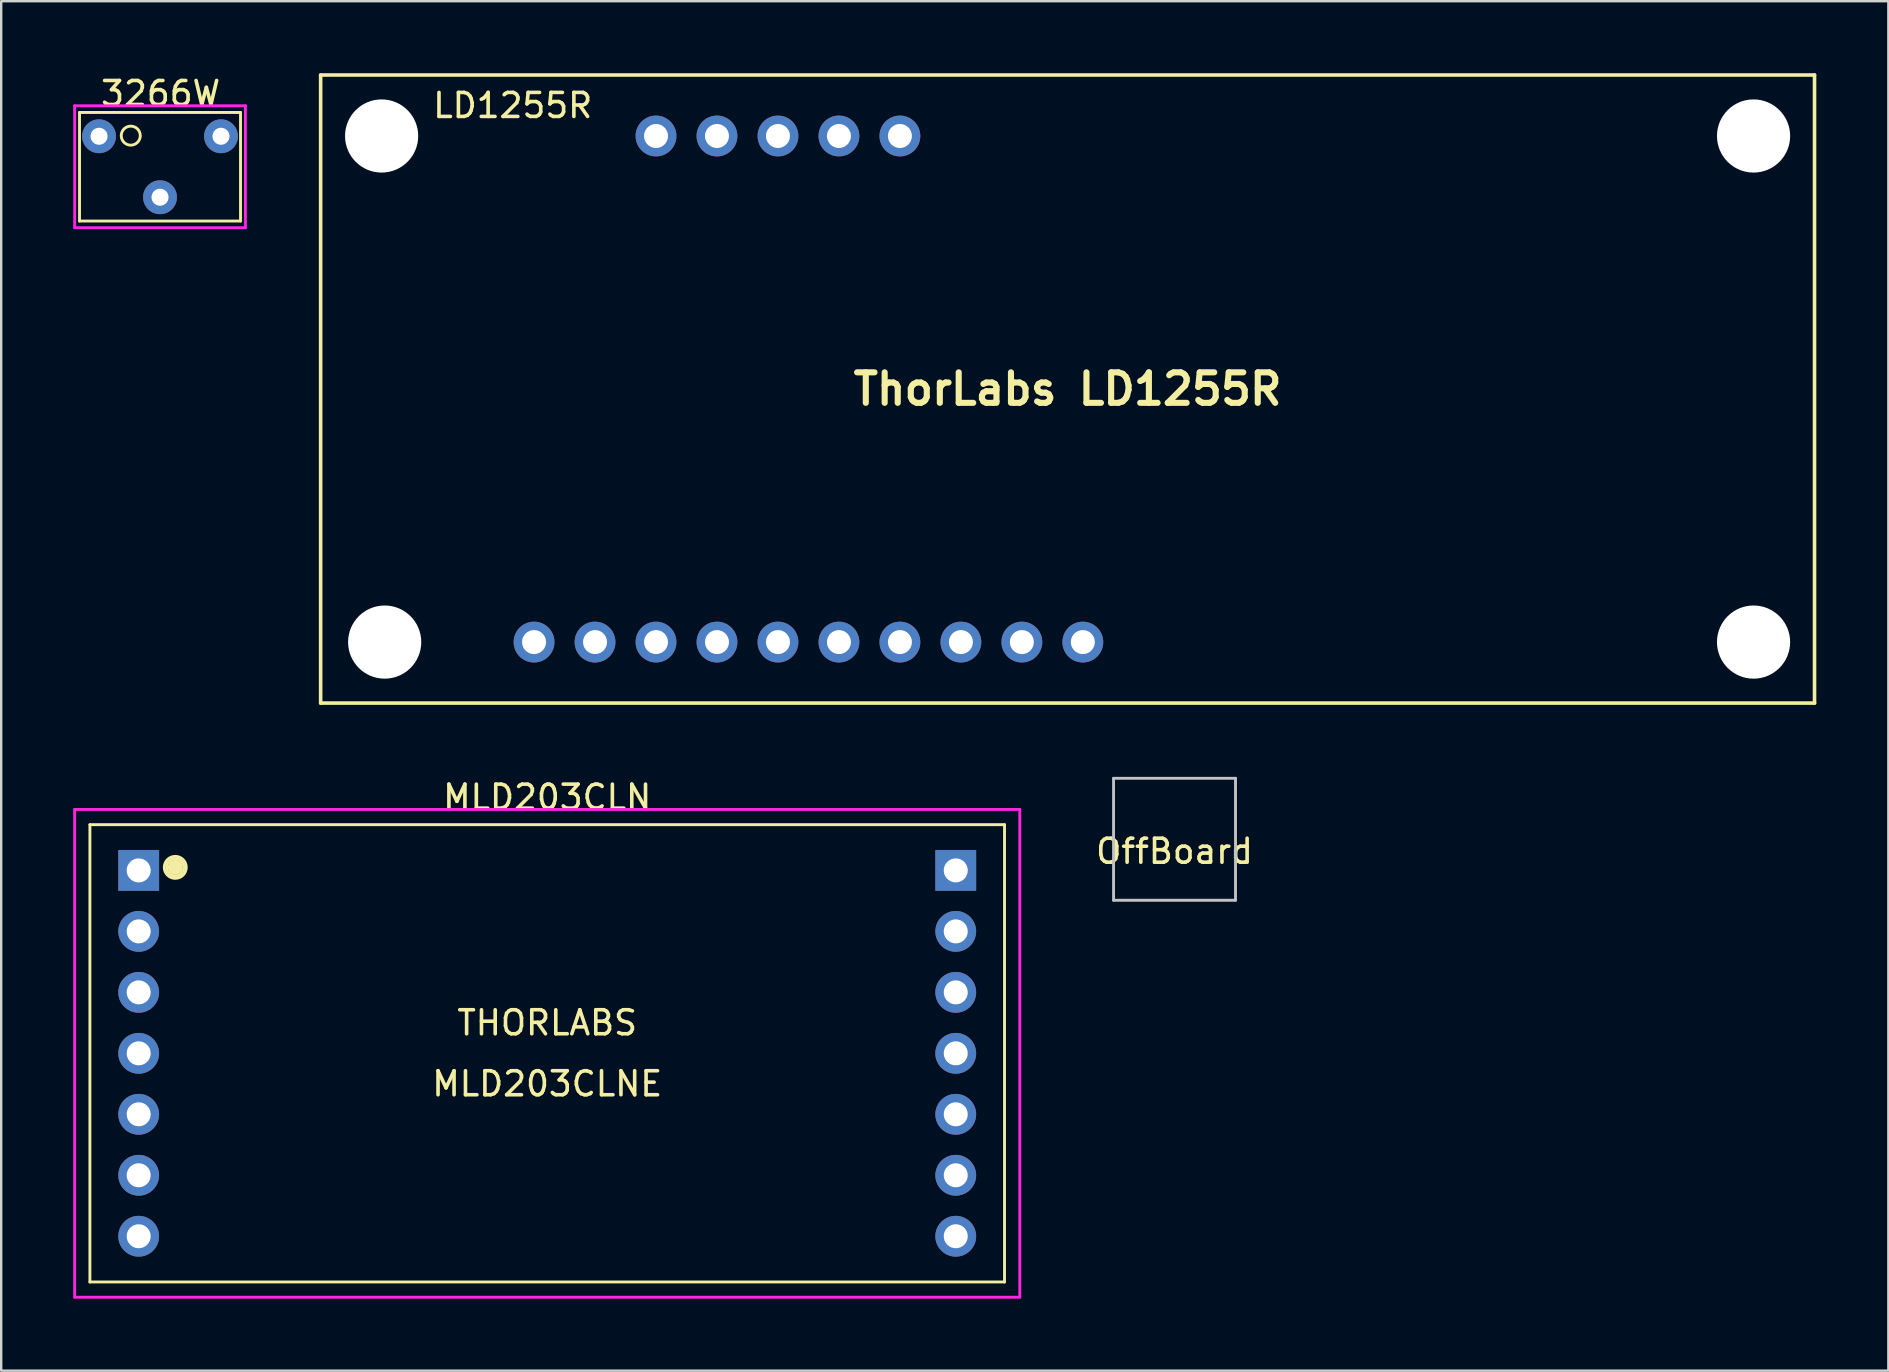
<source format=kicad_pcb>
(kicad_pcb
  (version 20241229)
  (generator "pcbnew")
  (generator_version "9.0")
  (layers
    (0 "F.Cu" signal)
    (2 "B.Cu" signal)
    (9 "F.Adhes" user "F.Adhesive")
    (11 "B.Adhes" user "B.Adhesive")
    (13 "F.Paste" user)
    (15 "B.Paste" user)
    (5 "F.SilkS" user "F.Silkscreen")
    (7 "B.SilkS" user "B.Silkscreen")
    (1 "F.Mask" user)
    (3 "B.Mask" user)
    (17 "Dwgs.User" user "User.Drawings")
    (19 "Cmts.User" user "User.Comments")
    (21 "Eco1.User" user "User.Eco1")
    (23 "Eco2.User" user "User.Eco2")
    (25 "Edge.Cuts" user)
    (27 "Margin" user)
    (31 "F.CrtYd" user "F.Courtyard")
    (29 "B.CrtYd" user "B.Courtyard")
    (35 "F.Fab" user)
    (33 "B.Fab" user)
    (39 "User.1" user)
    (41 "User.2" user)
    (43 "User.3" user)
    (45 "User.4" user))
  (footprint "MLD203CLN"
    (layer "F.Cu")
    (at 19.745 40.828)
    (property "Reference" "MLD203CLN" (at 0 -10.668 0) (layer "F.SilkS") (effects (font (size 1 1) (thickness 0.15))))
    (attr through_hole)
    (fp_line (start -19.05 -9.525) (end -19.05 9.525) (stroke (width 0.12) (type solid)) (layer "F.SilkS"))
    (fp_line (start -19.05 9.525) (end 19.05 9.525) (stroke (width 0.12) (type solid)) (layer "F.SilkS"))
    (fp_line (start 19.05 -9.525) (end -19.05 -9.525) (stroke (width 0.12) (type solid)) (layer "F.SilkS"))
    (fp_line (start 19.05 9.525) (end 19.05 -9.525) (stroke (width 0.12) (type solid)) (layer "F.SilkS"))
    (fp_circle (center -15.494 -7.747) (end -15.494 -7.493) (stroke (width 0.12) (type solid)) (fill no) (layer "F.SilkS"))
    (fp_circle (center -15.494 -7.747) (end -15.367 -7.747) (stroke (width 0.254) (type solid)) (fill no) (layer "F.SilkS"))
    (fp_circle (center -15.494 -7.747) (end -15.24 -7.493) (stroke (width 0.12) (type solid)) (fill no) (layer "F.SilkS"))
    (fp_circle (center -15.494 -7.747) (end -15.24 -7.366) (stroke (width 0.12) (type solid)) (fill no) (layer "F.SilkS"))
    (fp_line (start -19.685 -10.16) (end 19.685 -10.16) (stroke (width 0.12) (type solid)) (layer "F.CrtYd"))
    (fp_line (start -19.685 10.16) (end -19.685 -10.16) (stroke (width 0.12) (type solid)) (layer "F.CrtYd"))
    (fp_line (start 19.685 -10.16) (end 19.685 10.16) (stroke (width 0.12) (type solid)) (layer "F.CrtYd"))
    (fp_line (start 19.685 10.16) (end -19.685 10.16) (stroke (width 0.12) (type solid)) (layer "F.CrtYd"))
    (fp_text user "THORLABS" (at 0 -1.27 0) (layer "F.SilkS") (effects (font (size 1 1) (thickness 0.15))))
    (fp_text user "MLD203CLNE" (at 0 1.27 0) (layer "F.SilkS") (effects (font (size 1 1) (thickness 0.15))))
    (pad "1" thru_hole rect (at -17.018 -7.62) (size 1.7 1.7) (drill 1) (layers "*.Cu" "*.Mask"))
    (pad "2" thru_hole circle (at -17.018 -5.08) (size 1.7 1.7) (drill 1) (layers "*.Cu" "*.Mask"))
    (pad "3" thru_hole circle (at -17.018 -2.54) (size 1.7 1.7) (drill 1) (layers "*.Cu" "*.Mask"))
    (pad "4" thru_hole circle (at -17.018 0) (size 1.7 1.7) (drill 1) (layers "*.Cu" "*.Mask"))
    (pad "5" thru_hole circle (at -17.018 2.54) (size 1.7 1.7) (drill 1) (layers "*.Cu" "*.Mask"))
    (pad "6" thru_hole circle (at -17.018 5.08) (size 1.7 1.7) (drill 1) (layers "*.Cu" "*.Mask"))
    (pad "7" thru_hole circle (at -17.018 7.62) (size 1.7 1.7) (drill 1) (layers "*.Cu" "*.Mask"))
    (pad "8" thru_hole rect (at 17.018 -7.62) (size 1.7 1.7) (drill 1) (layers "*.Cu" "*.Mask"))
    (pad "9" thru_hole circle (at 17.018 -5.08) (size 1.7 1.7) (drill 1) (layers "*.Cu" "*.Mask"))
    (pad "10" thru_hole circle (at 17.018 -2.54) (size 1.7 1.7) (drill 1) (layers "*.Cu" "*.Mask"))
    (pad "11" thru_hole circle (at 17.018 0) (size 1.7 1.7) (drill 1) (layers "*.Cu" "*.Mask"))
    (pad "12" thru_hole circle (at 17.018 2.54) (size 1.7 1.7) (drill 1) (layers "*.Cu" "*.Mask"))
    (pad "13" thru_hole circle (at 17.018 5.08) (size 1.7 1.7) (drill 1) (layers "*.Cu" "*.Mask"))
    (pad "14" thru_hole circle (at 17.018 7.62) (size 1.7 1.7) (drill 1) (layers "*.Cu" "*.Mask")))
  (footprint "OffBoard"
    (layer "F.Cu")
    (at 45.877 31.912)
    (property "Reference" "OffBoard" (at 0 0.5 0) (layer "F.SilkS") (effects (font (size 1 1) (thickness 0.15))))
    (attr through_hole)
    (fp_line (start -2.54 -2.54) (end 2.54 -2.54) (stroke (width 0.12) (type solid)) (layer "Dwgs.User"))
    (fp_line (start -2.54 2.54) (end -2.54 -2.54) (stroke (width 0.12) (type solid)) (layer "Dwgs.User"))
    (fp_line (start 2.54 -2.54) (end 2.54 2.54) (stroke (width 0.12) (type solid)) (layer "Dwgs.User"))
    (fp_line (start 2.54 2.54) (end -2.54 2.54) (stroke (width 0.12) (type solid)) (layer "Dwgs.User")))
  (footprint "LD1255R"
    (layer "F.Cu")
    (at 41.422 13.156)
    (property "Reference" "LD1255R" (at -23.114 -11.811 0) (layer "F.SilkS") (effects (font (size 1 1) (thickness 0.15))))
    (attr through_hole)
    (fp_line (start -31.115 -13.081) (end 31.115 -13.081) (stroke (width 0.15) (type solid)) (layer "F.SilkS"))
    (fp_line (start -31.115 13.081) (end -31.115 -13.081) (stroke (width 0.15) (type solid)) (layer "F.SilkS"))
    (fp_line (start 31.115 -13.081) (end 31.115 13.081) (stroke (width 0.15) (type solid)) (layer "F.SilkS"))
    (fp_line (start 31.115 13.081) (end -31.115 13.081) (stroke (width 0.15) (type solid)) (layer "F.SilkS"))
    (fp_text user "ThorLabs LD1255R" (at 0 0 0) (layer "F.SilkS") (effects (font (size 1.27 1.27) (thickness 0.254))))
    (pad "" np_thru_hole circle (at -28.575 -10.541) (size 3.048 3.048) (drill 3.048) (layers "*.Cu" "*.Mask"))
    (pad "" np_thru_hole circle (at -28.448 10.541) (size 3.048 3.048) (drill 3.048) (layers "*.Cu" "*.Mask"))
    (pad "" np_thru_hole circle (at 28.575 -10.541) (size 3.048 3.048) (drill 3.048) (layers "*.Cu" "*.Mask"))
    (pad "" np_thru_hole circle (at 28.575 10.541) (size 3.048 3.048) (drill 3.048) (layers "*.Cu" "*.Mask"))
    (pad "1" thru_hole circle (at -22.225 10.541) (size 1.7 1.7) (drill 1) (layers "*.Cu" "*.Mask"))
    (pad "2" thru_hole circle (at -19.685 10.541) (size 1.7 1.7) (drill 1) (layers "*.Cu" "*.Mask"))
    (pad "3" thru_hole circle (at -17.145 10.541) (size 1.7 1.7) (drill 1) (layers "*.Cu" "*.Mask"))
    (pad "4" thru_hole circle (at -14.605 10.541) (size 1.7 1.7) (drill 1) (layers "*.Cu" "*.Mask"))
    (pad "5" thru_hole circle (at -12.065 10.541) (size 1.7 1.7) (drill 1) (layers "*.Cu" "*.Mask"))
    (pad "6" thru_hole circle (at -9.525 10.541) (size 1.7 1.7) (drill 1) (layers "*.Cu" "*.Mask"))
    (pad "7" thru_hole circle (at -6.985 10.541) (size 1.7 1.7) (drill 1) (layers "*.Cu" "*.Mask"))
    (pad "8" thru_hole circle (at -4.445 10.541) (size 1.7 1.7) (drill 1) (layers "*.Cu" "*.Mask"))
    (pad "9" thru_hole circle (at -1.905 10.541) (size 1.7 1.7) (drill 1) (layers "*.Cu" "*.Mask"))
    (pad "10" thru_hole circle (at 0.635 10.541) (size 1.7 1.7) (drill 1) (layers "*.Cu" "*.Mask"))
    (pad "11" thru_hole circle (at -17.145 -10.541) (size 1.7 1.7) (drill 1) (layers "*.Cu" "*.Mask"))
    (pad "12" thru_hole circle (at -14.605 -10.541) (size 1.7 1.7) (drill 1) (layers "*.Cu" "*.Mask"))
    (pad "13" thru_hole circle (at -12.065 -10.541) (size 1.7 1.7) (drill 1) (layers "*.Cu" "*.Mask"))
    (pad "14" thru_hole circle (at -9.525 -10.541) (size 1.7 1.7) (drill 1) (layers "*.Cu" "*.Mask"))
    (pad "15" thru_hole circle (at -6.985 -10.541) (size 1.7 1.7) (drill 1) (layers "*.Cu" "*.Mask")))
  (footprint "3266W"
    (layer "F.Cu")
    (at 3.616 3.896)
    (property "Reference" "3266W" (at 0.025 -3.048 0) (layer "F.SilkS") (effects (font (size 1 1) (thickness 0.15))))
    (attr through_hole)
    (fp_line (start -3.353 -2.261) (end 3.353 -2.261) (stroke (width 0.12) (type solid)) (layer "F.SilkS"))
    (fp_line (start -3.353 2.261) (end -3.353 -2.261) (stroke (width 0.12) (type solid)) (layer "F.SilkS"))
    (fp_line (start 3.353 -2.261) (end 3.353 2.261) (stroke (width 0.12) (type solid)) (layer "F.SilkS"))
    (fp_line (start 3.353 2.261) (end -3.353 2.261) (stroke (width 0.12) (type solid)) (layer "F.SilkS"))
    (fp_circle (center -1.219 -1.295) (end -0.965 -0.991) (stroke (width 0.12) (type solid)) (fill no) (layer "F.SilkS"))
    (fp_line (start -3.556 -2.54) (end 3.556 -2.54) (stroke (width 0.12) (type solid)) (layer "F.CrtYd"))
    (fp_line (start -3.556 2.54) (end -3.556 -2.54) (stroke (width 0.12) (type solid)) (layer "F.CrtYd"))
    (fp_line (start 3.556 -2.54) (end 3.556 2.54) (stroke (width 0.12) (type solid)) (layer "F.CrtYd"))
    (fp_line (start 3.556 2.54) (end -3.556 2.54) (stroke (width 0.12) (type solid)) (layer "F.CrtYd"))
    (pad "1" thru_hole circle (at -2.54 -1.27) (size 1.41 1.41) (drill 0.71) (layers "*.Cu" "*.Mask"))
    (pad "2" thru_hole circle (at 0 1.27) (size 1.41 1.41) (drill 0.71) (layers "*.Cu" "*.Mask"))
    (pad "3" thru_hole circle (at 2.54 -1.27) (size 1.41 1.41) (drill 0.71) (layers "*.Cu" "*.Mask")))
  (gr_rect
    (start -3 -3)
    (end 75.612 54.048)
    (stroke (width 0.1) (type default))
    (fill no)
    (layer "Edge.Cuts")))
</source>
